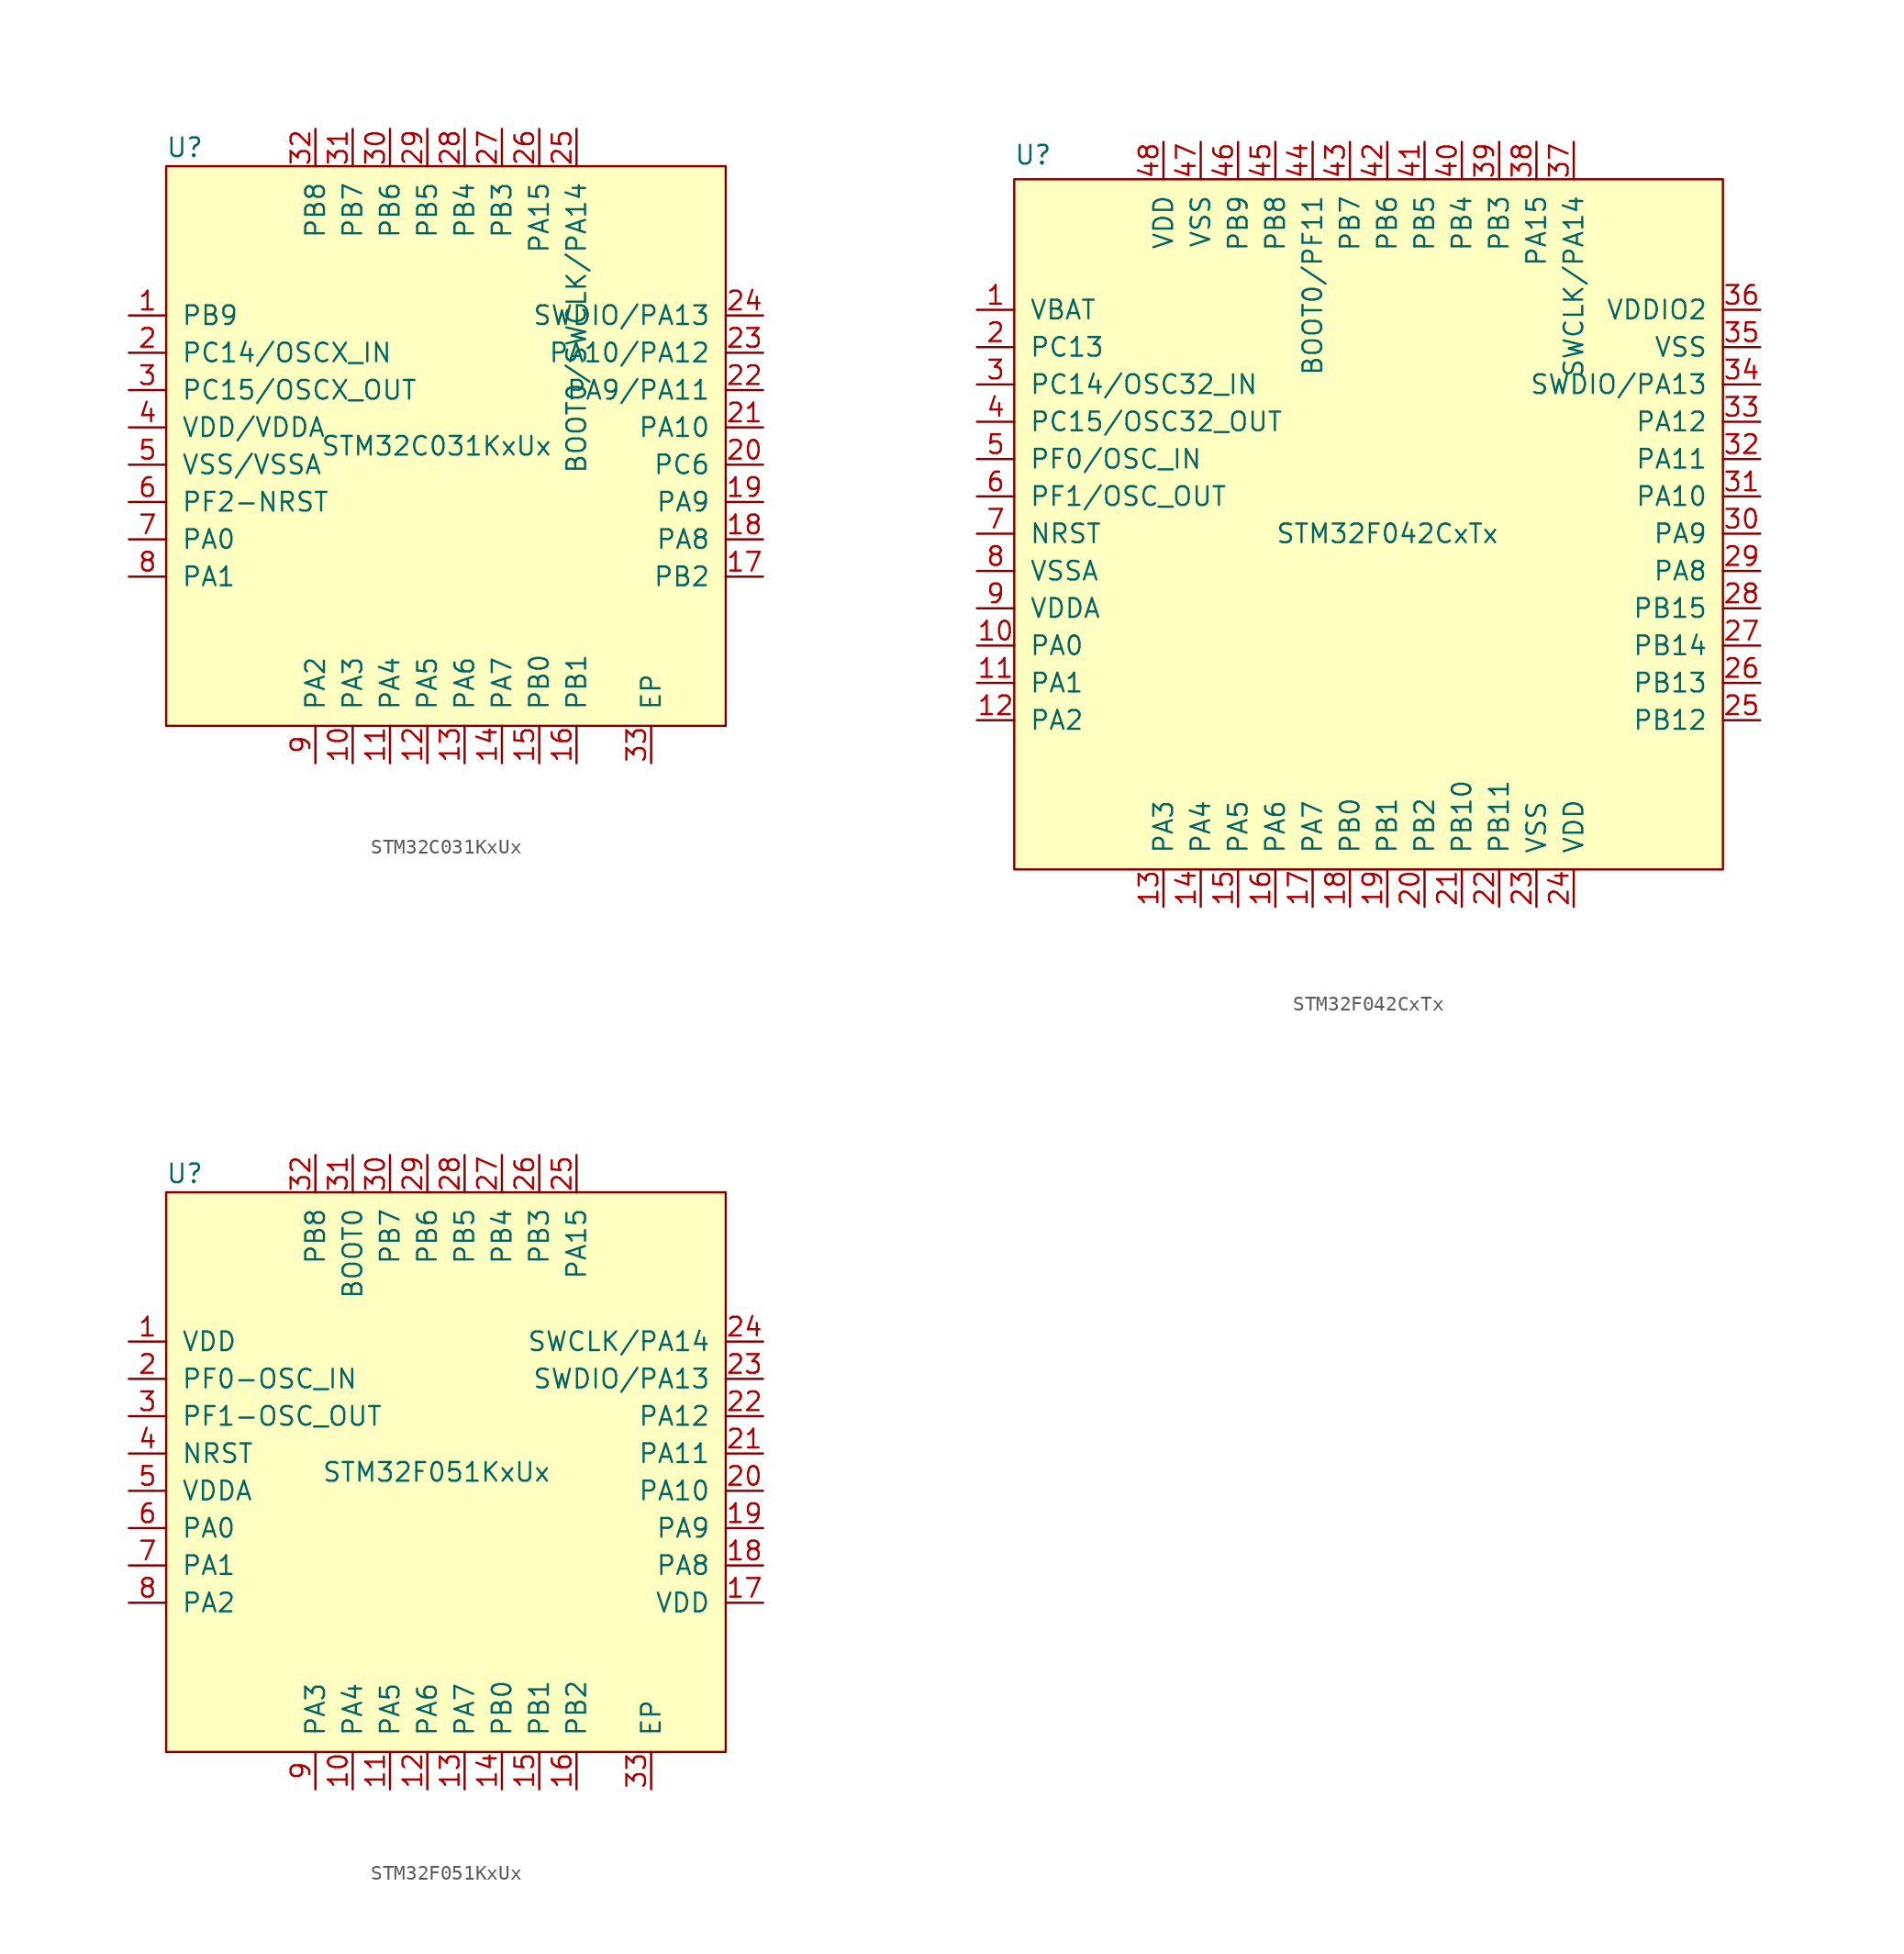
<source format=kicad_sym>
(kicad_symbol_lib
  (version 20241209)
  (generator "kicad_symbol_editor")
  (generator_version "9.0")
  (symbol "STM32C031KxUx"
    (pin_names
      (offset 1.016))
    (property "Reference" "U"
      (at 1.27 39.37 0)
      (effects (font (size 1.27 1.27))))
    (property "Value" "STM32C031KxUx"
      (at 18.395 19.05 0)
      (effects (font (size 1.27 1.27))))
    (symbol "STM32C031KxUx_0_1"
      (rectangle (start 0 38.1) (end 38.1 0) (stroke (width 0) (type default)) (fill (type background))))
    (symbol "STM32C031KxUx_1_1"
      (pin bidirectional line (at -2.54 27.94 0) (length 2.54) (name "PB9" (effects (font (size 1.27 1.27)))) (number "1" (effects (font (size 1.27 1.27)))))
      (pin bidirectional line (at -2.54 25.4 0) (length 2.54) (name "PC14/OSCX_IN" (effects (font (size 1.27 1.27)))) (number "2" (effects (font (size 1.27 1.27)))))
      (pin bidirectional line (at -2.54 22.86 0) (length 2.54) (name "PC15/OSCX_OUT" (effects (font (size 1.27 1.27)))) (number "3" (effects (font (size 1.27 1.27)))))
      (pin power_in line (at -2.54 20.32 0) (length 2.54) (name "VDD/VDDA" (effects (font (size 1.27 1.27)))) (number "4" (effects (font (size 1.27 1.27)))))
      (pin power_in line (at -2.54 17.78 0) (length 2.54) (name "VSS/VSSA" (effects (font (size 1.27 1.27)))) (number "5" (effects (font (size 1.27 1.27)))))
      (pin bidirectional line (at -2.54 15.24 0) (length 2.54) (name "PF2-NRST" (effects (font (size 1.27 1.27)))) (number "6" (effects (font (size 1.27 1.27)))))
      (pin bidirectional line (at -2.54 12.7 0) (length 2.54) (name "PA0" (effects (font (size 1.27 1.27)))) (number "7" (effects (font (size 1.27 1.27)))))
      (pin bidirectional line (at -2.54 10.16 0) (length 2.54) (name "PA1" (effects (font (size 1.27 1.27)))) (number "8" (effects (font (size 1.27 1.27)))))
      (pin bidirectional line (at 10.16 40.64 270) (length 2.54) (name "PB8" (effects (font (size 1.27 1.27)))) (number "32" (effects (font (size 1.27 1.27)))))
      (pin bidirectional line (at 10.16 -2.54 90) (length 2.54) (name "PA2" (effects (font (size 1.27 1.27)))) (number "9" (effects (font (size 1.27 1.27)))))
      (pin bidirectional line (at 12.7 40.64 270) (length 2.54) (name "PB7" (effects (font (size 1.27 1.27)))) (number "31" (effects (font (size 1.27 1.27)))))
      (pin bidirectional line (at 12.7 -2.54 90) (length 2.54) (name "PA3" (effects (font (size 1.27 1.27)))) (number "10" (effects (font (size 1.27 1.27)))))
      (pin bidirectional line (at 15.24 40.64 270) (length 2.54) (name "PB6" (effects (font (size 1.27 1.27)))) (number "30" (effects (font (size 1.27 1.27)))))
      (pin bidirectional line (at 15.24 -2.54 90) (length 2.54) (name "PA4" (effects (font (size 1.27 1.27)))) (number "11" (effects (font (size 1.27 1.27)))))
      (pin bidirectional line (at 17.78 40.64 270) (length 2.54) (name "PB5" (effects (font (size 1.27 1.27)))) (number "29" (effects (font (size 1.27 1.27)))))
      (pin bidirectional line (at 17.78 -2.54 90) (length 2.54) (name "PA5" (effects (font (size 1.27 1.27)))) (number "12" (effects (font (size 1.27 1.27)))))
      (pin bidirectional line (at 20.32 40.64 270) (length 2.54) (name "PB4" (effects (font (size 1.27 1.27)))) (number "28" (effects (font (size 1.27 1.27)))))
      (pin bidirectional line (at 20.32 -2.54 90) (length 2.54) (name "PA6" (effects (font (size 1.27 1.27)))) (number "13" (effects (font (size 1.27 1.27)))))
      (pin bidirectional line (at 22.86 40.64 270) (length 2.54) (name "PB3" (effects (font (size 1.27 1.27)))) (number "27" (effects (font (size 1.27 1.27)))))
      (pin bidirectional line (at 22.86 -2.54 90) (length 2.54) (name "PA7" (effects (font (size 1.27 1.27)))) (number "14" (effects (font (size 1.27 1.27)))))
      (pin bidirectional line (at 25.4 40.64 270) (length 2.54) (name "PA15" (effects (font (size 1.27 1.27)))) (number "26" (effects (font (size 1.27 1.27)))))
      (pin bidirectional line (at 25.4 -2.54 90) (length 2.54) (name "PB0" (effects (font (size 1.27 1.27)))) (number "15" (effects (font (size 1.27 1.27)))))
      (pin bidirectional line (at 27.94 40.64 270) (length 2.54) (name "BOOT0/SWCLK/PA14" (effects (font (size 1.27 1.27)))) (number "25" (effects (font (size 1.27 1.27)))))
      (pin bidirectional line (at 27.94 -2.54 90) (length 2.54) (name "PB1" (effects (font (size 1.27 1.27)))) (number "16" (effects (font (size 1.27 1.27)))))
      (pin power_in line (at 33.02 -2.54 90) (length 2.54) (name "EP" (effects (font (size 1.27 1.27)))) (number "33" (effects (font (size 1.27 1.27)))))
      (pin bidirectional line (at 40.64 27.94 180) (length 2.54) (name "SWDIO/PA13" (effects (font (size 1.27 1.27)))) (number "24" (effects (font (size 1.27 1.27)))))
      (pin bidirectional line (at 40.64 25.4 180) (length 2.54) (name "PA10/PA12" (effects (font (size 1.27 1.27)))) (number "23" (effects (font (size 1.27 1.27)))))
      (pin bidirectional line (at 40.64 22.86 180) (length 2.54) (name "PA9/PA11" (effects (font (size 1.27 1.27)))) (number "22" (effects (font (size 1.27 1.27)))))
      (pin bidirectional line (at 40.64 20.32 180) (length 2.54) (name "PA10" (effects (font (size 1.27 1.27)))) (number "21" (effects (font (size 1.27 1.27)))))
      (pin bidirectional line (at 40.64 17.78 180) (length 2.54) (name "PC6" (effects (font (size 1.27 1.27)))) (number "20" (effects (font (size 1.27 1.27)))))
      (pin bidirectional line (at 40.64 15.24 180) (length 2.54) (name "PA9" (effects (font (size 1.27 1.27)))) (number "19" (effects (font (size 1.27 1.27)))))
      (pin bidirectional line (at 40.64 12.7 180) (length 2.54) (name "PA8" (effects (font (size 1.27 1.27)))) (number "18" (effects (font (size 1.27 1.27)))))
      (pin bidirectional line (at 40.64 10.16 180) (length 2.54) (name "PB2" (effects (font (size 1.27 1.27)))) (number "17" (effects (font (size 1.27 1.27)))))))
  (symbol "STM32F042CxTx"
    (pin_names
      (offset 1.016))
    (property "Reference" "U"
      (at 1.28 48.64 0)
      (effects (font (size 1.27 1.27))))
    (property "Value" "STM32F042CxTx"
      (at 25.4 22.86 0)
      (effects (font (size 1.27 1.27))))
    (symbol "STM32F042CxTx_0_1"
      (rectangle (start 0 46.99) (end 48.26 0) (stroke (width 0) (type default)) (fill (type background))))
    (symbol "STM32F042CxTx_1_1"
      (pin power_in line (at -2.54 38.1 0) (length 2.54) (name "VBAT" (effects (font (size 1.27 1.27)))) (number "1" (effects (font (size 1.27 1.27)))))
      (pin bidirectional line (at -2.54 35.56 0) (length 2.54) (name "PC13" (effects (font (size 1.27 1.27)))) (number "2" (effects (font (size 1.27 1.27)))))
      (pin bidirectional line (at -2.54 33.02 0) (length 2.54) (name "PC14/OSC32_IN" (effects (font (size 1.27 1.27)))) (number "3" (effects (font (size 1.27 1.27)))))
      (pin bidirectional line (at -2.54 30.48 0) (length 2.54) (name "PC15/OSC32_OUT" (effects (font (size 1.27 1.27)))) (number "4" (effects (font (size 1.27 1.27)))))
      (pin bidirectional line (at -2.54 27.94 0) (length 2.54) (name "PF0/OSC_IN" (effects (font (size 1.27 1.27)))) (number "5" (effects (font (size 1.27 1.27)))))
      (pin bidirectional line (at -2.54 25.4 0) (length 2.54) (name "PF1/OSC_OUT" (effects (font (size 1.27 1.27)))) (number "6" (effects (font (size 1.27 1.27)))))
      (pin input line (at -2.54 22.86 0) (length 2.54) (name "NRST" (effects (font (size 1.27 1.27)))) (number "7" (effects (font (size 1.27 1.27)))))
      (pin power_in line (at -2.54 20.32 0) (length 2.54) (name "VSSA" (effects (font (size 1.27 1.27)))) (number "8" (effects (font (size 1.27 1.27)))))
      (pin power_in line (at -2.54 17.78 0) (length 2.54) (name "VDDA" (effects (font (size 1.27 1.27)))) (number "9" (effects (font (size 1.27 1.27)))))
      (pin bidirectional line (at -2.54 15.24 0) (length 2.54) (name "PA0" (effects (font (size 1.27 1.27)))) (number "10" (effects (font (size 1.27 1.27)))))
      (pin bidirectional line (at -2.54 12.7 0) (length 2.54) (name "PA1" (effects (font (size 1.27 1.27)))) (number "11" (effects (font (size 1.27 1.27)))))
      (pin bidirectional line (at -2.54 10.16 0) (length 2.54) (name "PA2" (effects (font (size 1.27 1.27)))) (number "12" (effects (font (size 1.27 1.27)))))
      (pin power_in line (at 10.16 49.53 270) (length 2.54) (name "VDD" (effects (font (size 1.27 1.27)))) (number "48" (effects (font (size 1.27 1.27)))))
      (pin bidirectional line (at 10.16 -2.54 90) (length 2.54) (name "PA3" (effects (font (size 1.27 1.27)))) (number "13" (effects (font (size 1.27 1.27)))))
      (pin power_in line (at 12.7 49.53 270) (length 2.54) (name "VSS" (effects (font (size 1.27 1.27)))) (number "47" (effects (font (size 1.27 1.27)))))
      (pin bidirectional line (at 12.7 -2.54 90) (length 2.54) (name "PA4" (effects (font (size 1.27 1.27)))) (number "14" (effects (font (size 1.27 1.27)))))
      (pin bidirectional line (at 15.24 49.53 270) (length 2.54) (name "PB9" (effects (font (size 1.27 1.27)))) (number "46" (effects (font (size 1.27 1.27)))))
      (pin bidirectional line (at 15.24 -2.54 90) (length 2.54) (name "PA5" (effects (font (size 1.27 1.27)))) (number "15" (effects (font (size 1.27 1.27)))))
      (pin bidirectional line (at 17.78 49.53 270) (length 2.54) (name "PB8" (effects (font (size 1.27 1.27)))) (number "45" (effects (font (size 1.27 1.27)))))
      (pin bidirectional line (at 17.78 -2.54 90) (length 2.54) (name "PA6" (effects (font (size 1.27 1.27)))) (number "16" (effects (font (size 1.27 1.27)))))
      (pin bidirectional line (at 20.32 49.53 270) (length 2.54) (name "BOOT0/PF11" (effects (font (size 1.27 1.27)))) (number "44" (effects (font (size 1.27 1.27)))))
      (pin bidirectional line (at 20.32 -2.54 90) (length 2.54) (name "PA7" (effects (font (size 1.27 1.27)))) (number "17" (effects (font (size 1.27 1.27)))))
      (pin bidirectional line (at 22.86 49.53 270) (length 2.54) (name "PB7" (effects (font (size 1.27 1.27)))) (number "43" (effects (font (size 1.27 1.27)))))
      (pin bidirectional line (at 22.86 -2.54 90) (length 2.54) (name "PB0" (effects (font (size 1.27 1.27)))) (number "18" (effects (font (size 1.27 1.27)))))
      (pin bidirectional line (at 25.4 49.53 270) (length 2.54) (name "PB6" (effects (font (size 1.27 1.27)))) (number "42" (effects (font (size 1.27 1.27)))))
      (pin bidirectional line (at 25.4 -2.54 90) (length 2.54) (name "PB1" (effects (font (size 1.27 1.27)))) (number "19" (effects (font (size 1.27 1.27)))))
      (pin bidirectional line (at 27.94 49.53 270) (length 2.54) (name "PB5" (effects (font (size 1.27 1.27)))) (number "41" (effects (font (size 1.27 1.27)))))
      (pin bidirectional line (at 27.94 -2.54 90) (length 2.54) (name "PB2" (effects (font (size 1.27 1.27)))) (number "20" (effects (font (size 1.27 1.27)))))
      (pin bidirectional line (at 30.48 49.53 270) (length 2.54) (name "PB4" (effects (font (size 1.27 1.27)))) (number "40" (effects (font (size 1.27 1.27)))))
      (pin bidirectional line (at 30.48 -2.54 90) (length 2.54) (name "PB10" (effects (font (size 1.27 1.27)))) (number "21" (effects (font (size 1.27 1.27)))))
      (pin bidirectional line (at 33.02 49.53 270) (length 2.54) (name "PB3" (effects (font (size 1.27 1.27)))) (number "39" (effects (font (size 1.27 1.27)))))
      (pin bidirectional line (at 33.02 -2.54 90) (length 2.54) (name "PB11" (effects (font (size 1.27 1.27)))) (number "22" (effects (font (size 1.27 1.27)))))
      (pin bidirectional line (at 35.56 49.53 270) (length 2.54) (name "PA15" (effects (font (size 1.27 1.27)))) (number "38" (effects (font (size 1.27 1.27)))))
      (pin power_in line (at 35.56 -2.54 90) (length 2.54) (name "VSS" (effects (font (size 1.27 1.27)))) (number "23" (effects (font (size 1.27 1.27)))))
      (pin bidirectional line (at 38.1 49.53 270) (length 2.54) (name "SWCLK/PA14" (effects (font (size 1.27 1.27)))) (number "37" (effects (font (size 1.27 1.27)))))
      (pin power_in line (at 38.1 -2.54 90) (length 2.54) (name "VDD" (effects (font (size 1.27 1.27)))) (number "24" (effects (font (size 1.27 1.27)))))
      (pin power_in line (at 50.8 38.1 180) (length 2.54) (name "VDDIO2" (effects (font (size 1.27 1.27)))) (number "36" (effects (font (size 1.27 1.27)))))
      (pin power_in line (at 50.8 35.56 180) (length 2.54) (name "VSS" (effects (font (size 1.27 1.27)))) (number "35" (effects (font (size 1.27 1.27)))))
      (pin bidirectional line (at 50.8 33.02 180) (length 2.54) (name "SWDIO/PA13" (effects (font (size 1.27 1.27)))) (number "34" (effects (font (size 1.27 1.27)))))
      (pin bidirectional line (at 50.8 30.48 180) (length 2.54) (name "PA12" (effects (font (size 1.27 1.27)))) (number "33" (effects (font (size 1.27 1.27)))))
      (pin bidirectional line (at 50.8 27.94 180) (length 2.54) (name "PA11" (effects (font (size 1.27 1.27)))) (number "32" (effects (font (size 1.27 1.27)))))
      (pin bidirectional line (at 50.8 25.4 180) (length 2.54) (name "PA10" (effects (font (size 1.27 1.27)))) (number "31" (effects (font (size 1.27 1.27)))))
      (pin bidirectional line (at 50.8 22.86 180) (length 2.54) (name "PA9" (effects (font (size 1.27 1.27)))) (number "30" (effects (font (size 1.27 1.27)))))
      (pin bidirectional line (at 50.8 20.32 180) (length 2.54) (name "PA8" (effects (font (size 1.27 1.27)))) (number "29" (effects (font (size 1.27 1.27)))))
      (pin bidirectional line (at 50.8 17.78 180) (length 2.54) (name "PB15" (effects (font (size 1.27 1.27)))) (number "28" (effects (font (size 1.27 1.27)))))
      (pin bidirectional line (at 50.8 15.24 180) (length 2.54) (name "PB14" (effects (font (size 1.27 1.27)))) (number "27" (effects (font (size 1.27 1.27)))))
      (pin bidirectional line (at 50.8 12.7 180) (length 2.54) (name "PB13" (effects (font (size 1.27 1.27)))) (number "26" (effects (font (size 1.27 1.27)))))
      (pin bidirectional line (at 50.8 10.16 180) (length 2.54) (name "PB12" (effects (font (size 1.27 1.27)))) (number "25" (effects (font (size 1.27 1.27)))))))
  (symbol "STM32F051KxUx"
    (pin_names
      (offset 1.016))
    (property "Reference" "U"
      (at 1.27 39.37 0)
      (effects (font (size 1.27 1.27))))
    (property "Value" "STM32F051KxUx"
      (at 18.395 19.05 0)
      (effects (font (size 1.27 1.27))))
    (symbol "STM32F051KxUx_0_1"
      (rectangle (start 0 38.1) (end 38.1 0) (stroke (width 0) (type default)) (fill (type background))))
    (symbol "STM32F051KxUx_1_1"
      (pin power_in line (at -2.54 27.94 0) (length 2.54) (name "VDD" (effects (font (size 1.27 1.27)))) (number "1" (effects (font (size 1.27 1.27)))))
      (pin bidirectional line (at -2.54 25.4 0) (length 2.54) (name "PF0-OSC_IN" (effects (font (size 1.27 1.27)))) (number "2" (effects (font (size 1.27 1.27)))))
      (pin bidirectional line (at -2.54 22.86 0) (length 2.54) (name "PF1-OSC_OUT" (effects (font (size 1.27 1.27)))) (number "3" (effects (font (size 1.27 1.27)))))
      (pin power_in line (at -2.54 20.32 0) (length 2.54) (name "NRST" (effects (font (size 1.27 1.27)))) (number "4" (effects (font (size 1.27 1.27)))))
      (pin power_in line (at -2.54 17.78 0) (length 2.54) (name "VDDA" (effects (font (size 1.27 1.27)))) (number "5" (effects (font (size 1.27 1.27)))))
      (pin bidirectional line (at -2.54 15.24 0) (length 2.54) (name "PA0" (effects (font (size 1.27 1.27)))) (number "6" (effects (font (size 1.27 1.27)))))
      (pin bidirectional line (at -2.54 12.7 0) (length 2.54) (name "PA1" (effects (font (size 1.27 1.27)))) (number "7" (effects (font (size 1.27 1.27)))))
      (pin bidirectional line (at -2.54 10.16 0) (length 2.54) (name "PA2" (effects (font (size 1.27 1.27)))) (number "8" (effects (font (size 1.27 1.27)))))
      (pin bidirectional line (at 10.16 40.64 270) (length 2.54) (name "PB8" (effects (font (size 1.27 1.27)))) (number "32" (effects (font (size 1.27 1.27)))))
      (pin bidirectional line (at 10.16 -2.54 90) (length 2.54) (name "PA3" (effects (font (size 1.27 1.27)))) (number "9" (effects (font (size 1.27 1.27)))))
      (pin bidirectional line (at 12.7 40.64 270) (length 2.54) (name "BOOT0" (effects (font (size 1.27 1.27)))) (number "31" (effects (font (size 1.27 1.27)))))
      (pin bidirectional line (at 12.7 -2.54 90) (length 2.54) (name "PA4" (effects (font (size 1.27 1.27)))) (number "10" (effects (font (size 1.27 1.27)))))
      (pin bidirectional line (at 15.24 40.64 270) (length 2.54) (name "PB7" (effects (font (size 1.27 1.27)))) (number "30" (effects (font (size 1.27 1.27)))))
      (pin bidirectional line (at 15.24 -2.54 90) (length 2.54) (name "PA5" (effects (font (size 1.27 1.27)))) (number "11" (effects (font (size 1.27 1.27)))))
      (pin bidirectional line (at 17.78 40.64 270) (length 2.54) (name "PB6" (effects (font (size 1.27 1.27)))) (number "29" (effects (font (size 1.27 1.27)))))
      (pin bidirectional line (at 17.78 -2.54 90) (length 2.54) (name "PA6" (effects (font (size 1.27 1.27)))) (number "12" (effects (font (size 1.27 1.27)))))
      (pin bidirectional line (at 20.32 40.64 270) (length 2.54) (name "PB5" (effects (font (size 1.27 1.27)))) (number "28" (effects (font (size 1.27 1.27)))))
      (pin bidirectional line (at 20.32 -2.54 90) (length 2.54) (name "PA7" (effects (font (size 1.27 1.27)))) (number "13" (effects (font (size 1.27 1.27)))))
      (pin bidirectional line (at 22.86 40.64 270) (length 2.54) (name "PB4" (effects (font (size 1.27 1.27)))) (number "27" (effects (font (size 1.27 1.27)))))
      (pin bidirectional line (at 22.86 -2.54 90) (length 2.54) (name "PB0" (effects (font (size 1.27 1.27)))) (number "14" (effects (font (size 1.27 1.27)))))
      (pin bidirectional line (at 25.4 40.64 270) (length 2.54) (name "PB3" (effects (font (size 1.27 1.27)))) (number "26" (effects (font (size 1.27 1.27)))))
      (pin bidirectional line (at 25.4 -2.54 90) (length 2.54) (name "PB1" (effects (font (size 1.27 1.27)))) (number "15" (effects (font (size 1.27 1.27)))))
      (pin bidirectional line (at 27.94 40.64 270) (length 2.54) (name "PA15" (effects (font (size 1.27 1.27)))) (number "25" (effects (font (size 1.27 1.27)))))
      (pin bidirectional line (at 27.94 -2.54 90) (length 2.54) (name "PB2" (effects (font (size 1.27 1.27)))) (number "16" (effects (font (size 1.27 1.27)))))
      (pin power_in line (at 33.02 -2.54 90) (length 2.54) (name "EP" (effects (font (size 1.27 1.27)))) (number "33" (effects (font (size 1.27 1.27)))))
      (pin bidirectional line (at 40.64 27.94 180) (length 2.54) (name "SWCLK/PA14" (effects (font (size 1.27 1.27)))) (number "24" (effects (font (size 1.27 1.27)))))
      (pin bidirectional line (at 40.64 25.4 180) (length 2.54) (name "SWDIO/PA13" (effects (font (size 1.27 1.27)))) (number "23" (effects (font (size 1.27 1.27)))))
      (pin bidirectional line (at 40.64 22.86 180) (length 2.54) (name "PA12" (effects (font (size 1.27 1.27)))) (number "22" (effects (font (size 1.27 1.27)))))
      (pin bidirectional line (at 40.64 20.32 180) (length 2.54) (name "PA11" (effects (font (size 1.27 1.27)))) (number "21" (effects (font (size 1.27 1.27)))))
      (pin bidirectional line (at 40.64 17.78 180) (length 2.54) (name "PA10" (effects (font (size 1.27 1.27)))) (number "20" (effects (font (size 1.27 1.27)))))
      (pin bidirectional line (at 40.64 15.24 180) (length 2.54) (name "PA9" (effects (font (size 1.27 1.27)))) (number "19" (effects (font (size 1.27 1.27)))))
      (pin bidirectional line (at 40.64 12.7 180) (length 2.54) (name "PA8" (effects (font (size 1.27 1.27)))) (number "18" (effects (font (size 1.27 1.27)))))
      (pin bidirectional line (at 40.64 10.16 180) (length 2.54) (name "VDD" (effects (font (size 1.27 1.27)))) (number "17" (effects (font (size 1.27 1.27))))))))
</source>
